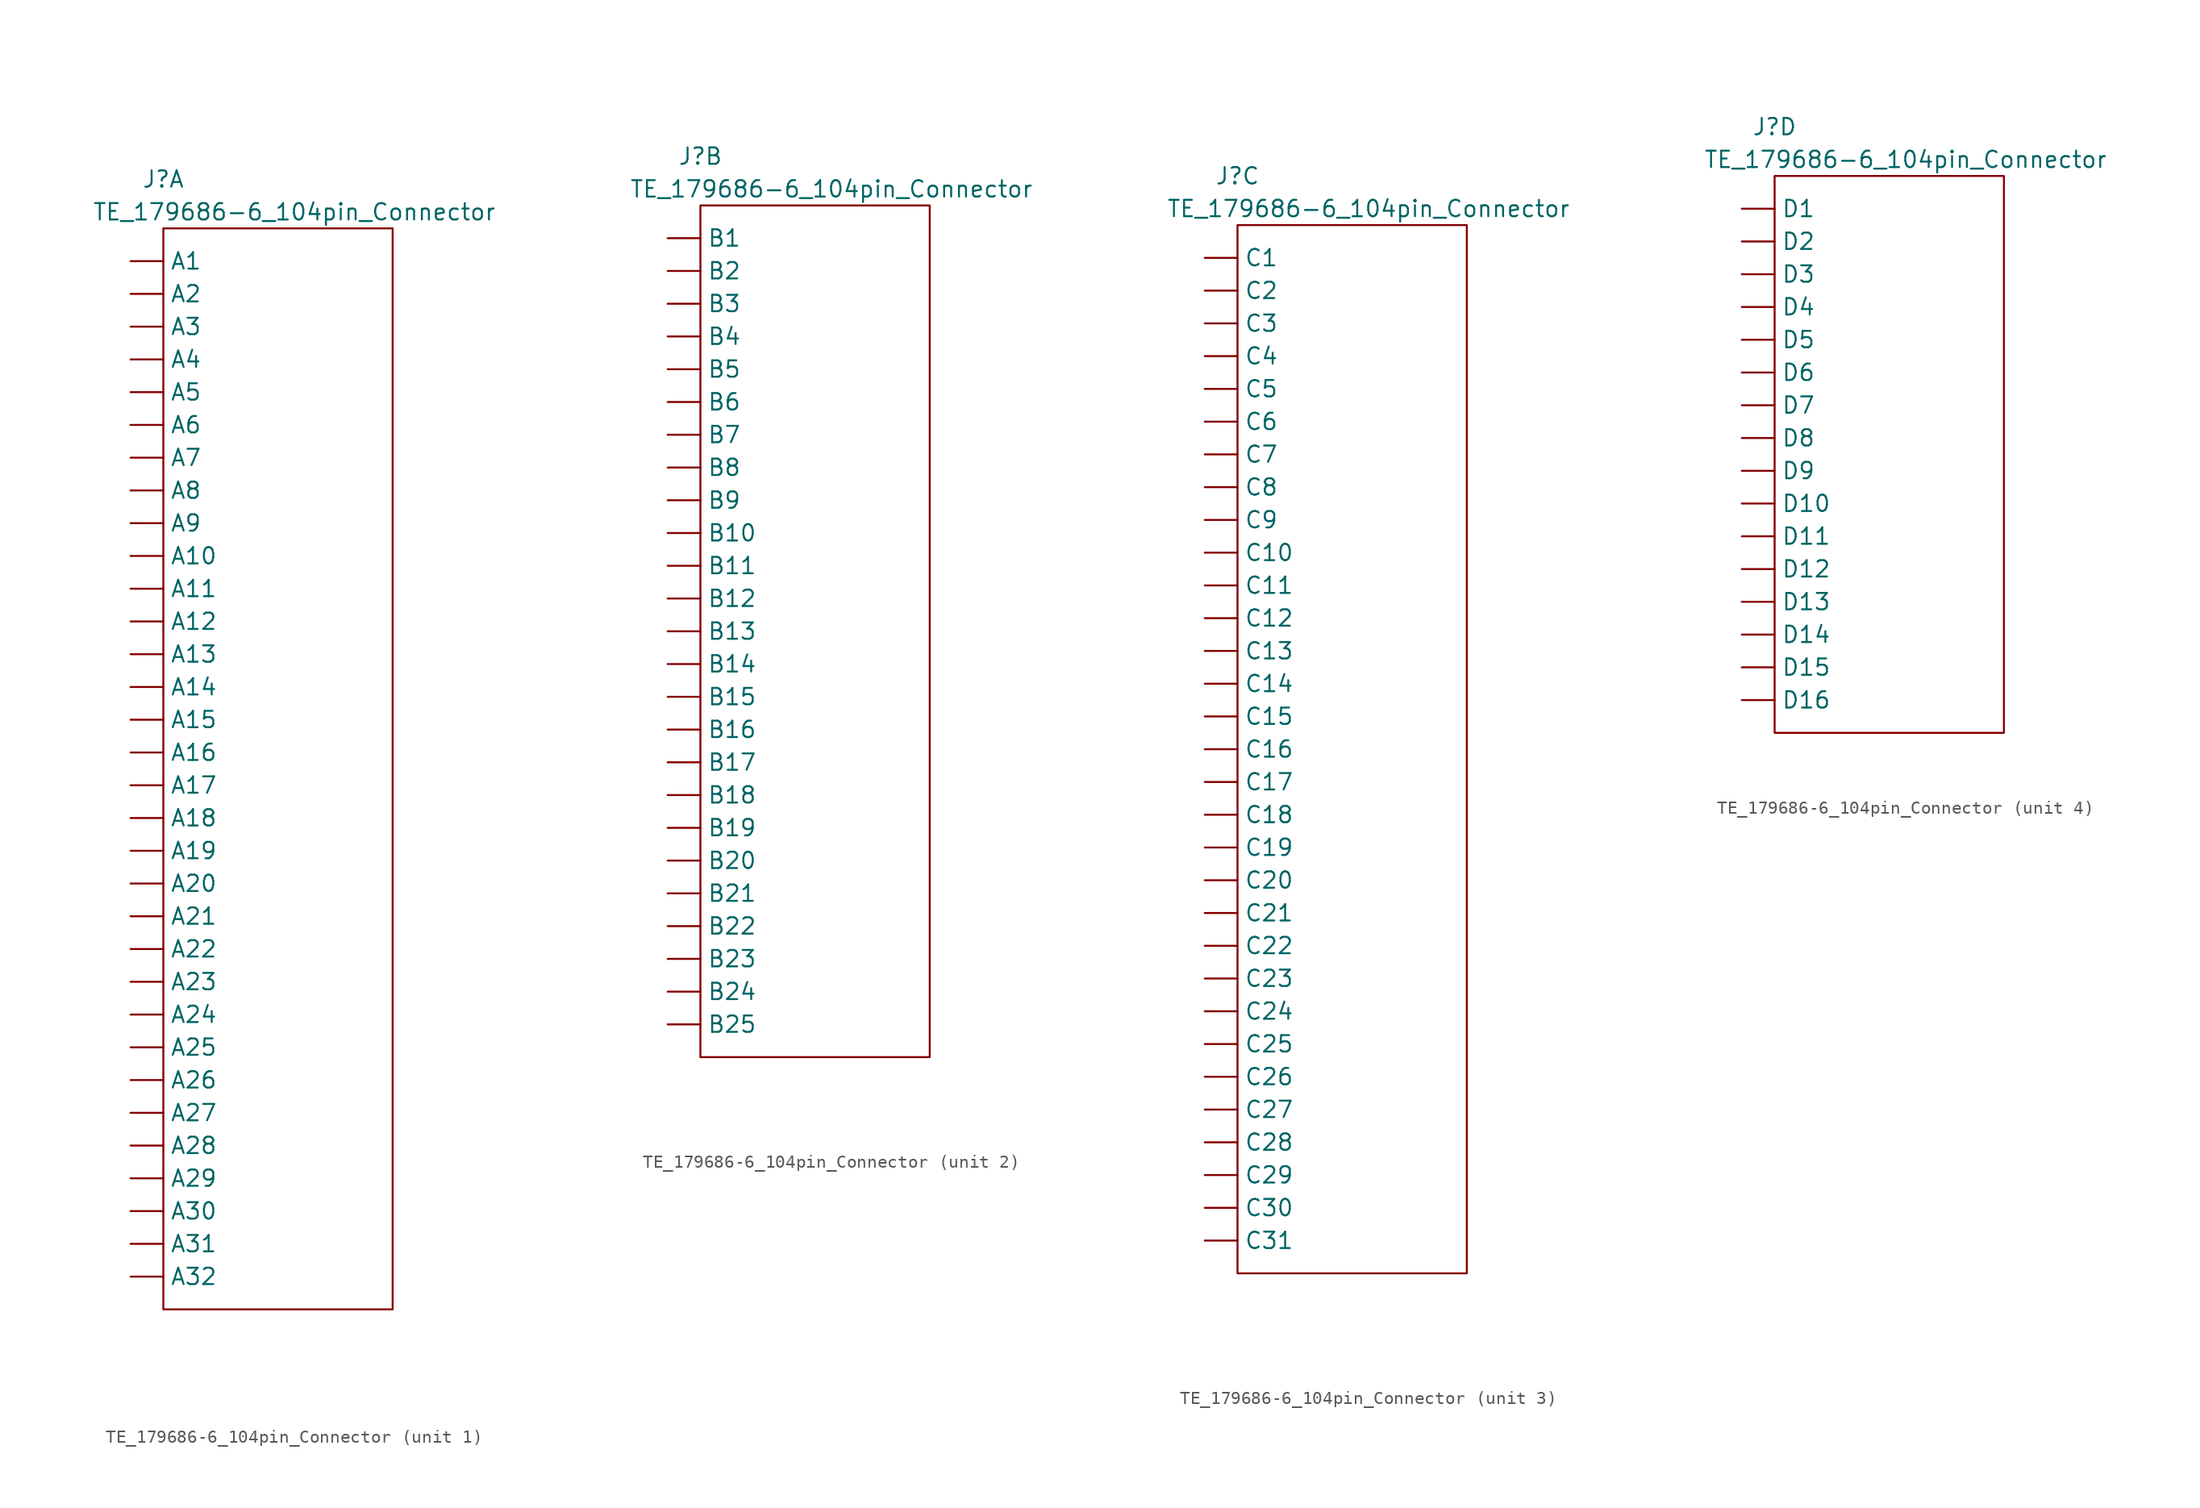
<source format=kicad_sym>
(kicad_symbol_lib
  (version 20210619)
  (generator kicad_symbol_editor)
  (symbol "TE_179686-6_104pin_Connector:TE_179686-6_104pin_Connector"
    (pin_numbers hide)
    (property "Reference" "J"
      (at 0 3.81 0)
      (effects (font (size 1.27 1.27))))
    (property "Value" "TE_179686-6_104pin_Connector"
      (at 10.16 1.27 0)
      (effects (font (size 1.27 1.27))))
    (property "ki_locked" ""
      (at 0 0 0)
      (effects (font (size 1.27 1.27))))
    (symbol "TE_179686-6_104pin_Connector_1_1"
      (rectangle (start 0 0) (end 17.78 -83.82) (stroke (width 0.152)) (fill (type none)))
      (pin passive line (at -2.54 -2.54 0) (length 2.54) (name "A1" (effects (font (size 1.27 1.27)))) (number "A1" (effects (font (size 1.27 1.27)))))
      (pin passive line (at -2.54 -25.4 0) (length 2.54) (name "A10" (effects (font (size 1.27 1.27)))) (number "A10" (effects (font (size 1.27 1.27)))))
      (pin passive line (at -2.54 -27.94 0) (length 2.54) (name "A11" (effects (font (size 1.27 1.27)))) (number "A11" (effects (font (size 1.27 1.27)))))
      (pin passive line (at -2.54 -30.48 0) (length 2.54) (name "A12" (effects (font (size 1.27 1.27)))) (number "A12" (effects (font (size 1.27 1.27)))))
      (pin passive line (at -2.54 -33.02 0) (length 2.54) (name "A13" (effects (font (size 1.27 1.27)))) (number "A13" (effects (font (size 1.27 1.27)))))
      (pin passive line (at -2.54 -35.56 0) (length 2.54) (name "A14" (effects (font (size 1.27 1.27)))) (number "A14" (effects (font (size 1.27 1.27)))))
      (pin passive line (at -2.54 -38.1 0) (length 2.54) (name "A15" (effects (font (size 1.27 1.27)))) (number "A15" (effects (font (size 1.27 1.27)))))
      (pin passive line (at -2.54 -40.64 0) (length 2.54) (name "A16" (effects (font (size 1.27 1.27)))) (number "A16" (effects (font (size 1.27 1.27)))))
      (pin passive line (at -2.54 -43.18 0) (length 2.54) (name "A17" (effects (font (size 1.27 1.27)))) (number "A17" (effects (font (size 1.27 1.27)))))
      (pin passive line (at -2.54 -45.72 0) (length 2.54) (name "A18" (effects (font (size 1.27 1.27)))) (number "A18" (effects (font (size 1.27 1.27)))))
      (pin passive line (at -2.54 -48.26 0) (length 2.54) (name "A19" (effects (font (size 1.27 1.27)))) (number "A19" (effects (font (size 1.27 1.27)))))
      (pin passive line (at -2.54 -5.08 0) (length 2.54) (name "A2" (effects (font (size 1.27 1.27)))) (number "A2" (effects (font (size 1.27 1.27)))))
      (pin passive line (at -2.54 -50.8 0) (length 2.54) (name "A20" (effects (font (size 1.27 1.27)))) (number "A20" (effects (font (size 1.27 1.27)))))
      (pin passive line (at -2.54 -53.34 0) (length 2.54) (name "A21" (effects (font (size 1.27 1.27)))) (number "A21" (effects (font (size 1.27 1.27)))))
      (pin passive line (at -2.54 -55.88 0) (length 2.54) (name "A22" (effects (font (size 1.27 1.27)))) (number "A22" (effects (font (size 1.27 1.27)))))
      (pin passive line (at -2.54 -58.42 0) (length 2.54) (name "A23" (effects (font (size 1.27 1.27)))) (number "A23" (effects (font (size 1.27 1.27)))))
      (pin passive line (at -2.54 -60.96 0) (length 2.54) (name "A24" (effects (font (size 1.27 1.27)))) (number "A24" (effects (font (size 1.27 1.27)))))
      (pin passive line (at -2.54 -63.5 0) (length 2.54) (name "A25" (effects (font (size 1.27 1.27)))) (number "A25" (effects (font (size 1.27 1.27)))))
      (pin passive line (at -2.54 -66.04 0) (length 2.54) (name "A26" (effects (font (size 1.27 1.27)))) (number "A26" (effects (font (size 1.27 1.27)))))
      (pin passive line (at -2.54 -68.58 0) (length 2.54) (name "A27" (effects (font (size 1.27 1.27)))) (number "A27" (effects (font (size 1.27 1.27)))))
      (pin passive line (at -2.54 -71.12 0) (length 2.54) (name "A28" (effects (font (size 1.27 1.27)))) (number "A28" (effects (font (size 1.27 1.27)))))
      (pin passive line (at -2.54 -73.66 0) (length 2.54) (name "A29" (effects (font (size 1.27 1.27)))) (number "A29" (effects (font (size 1.27 1.27)))))
      (pin passive line (at -2.54 -7.62 0) (length 2.54) (name "A3" (effects (font (size 1.27 1.27)))) (number "A3" (effects (font (size 1.27 1.27)))))
      (pin passive line (at -2.54 -76.2 0) (length 2.54) (name "A30" (effects (font (size 1.27 1.27)))) (number "A30" (effects (font (size 1.27 1.27)))))
      (pin passive line (at -2.54 -78.74 0) (length 2.54) (name "A31" (effects (font (size 1.27 1.27)))) (number "A31" (effects (font (size 1.27 1.27)))))
      (pin passive line (at -2.54 -81.28 0) (length 2.54) (name "A32" (effects (font (size 1.27 1.27)))) (number "A32" (effects (font (size 1.27 1.27)))))
      (pin passive line (at -2.54 -10.16 0) (length 2.54) (name "A4" (effects (font (size 1.27 1.27)))) (number "A4" (effects (font (size 1.27 1.27)))))
      (pin passive line (at -2.54 -12.7 0) (length 2.54) (name "A5" (effects (font (size 1.27 1.27)))) (number "A5" (effects (font (size 1.27 1.27)))))
      (pin passive line (at -2.54 -15.24 0) (length 2.54) (name "A6" (effects (font (size 1.27 1.27)))) (number "A6" (effects (font (size 1.27 1.27)))))
      (pin passive line (at -2.54 -17.78 0) (length 2.54) (name "A7" (effects (font (size 1.27 1.27)))) (number "A7" (effects (font (size 1.27 1.27)))))
      (pin passive line (at -2.54 -20.32 0) (length 2.54) (name "A8" (effects (font (size 1.27 1.27)))) (number "A8" (effects (font (size 1.27 1.27)))))
      (pin passive line (at -2.54 -22.86 0) (length 2.54) (name "A9" (effects (font (size 1.27 1.27)))) (number "A9" (effects (font (size 1.27 1.27))))))
    (symbol "TE_179686-6_104pin_Connector_2_1"
      (rectangle (start 0 0) (end 17.78 -66.04) (stroke (width 0.152)) (fill (type none)))
      (pin passive line (at -2.54 -2.54 0) (length 2.54) (name "B1" (effects (font (size 1.27 1.27)))) (number "B1" (effects (font (size 1.27 1.27)))))
      (pin passive line (at -2.54 -25.4 0) (length 2.54) (name "B10" (effects (font (size 1.27 1.27)))) (number "B10" (effects (font (size 1.27 1.27)))))
      (pin passive line (at -2.54 -27.94 0) (length 2.54) (name "B11" (effects (font (size 1.27 1.27)))) (number "B11" (effects (font (size 1.27 1.27)))))
      (pin passive line (at -2.54 -30.48 0) (length 2.54) (name "B12" (effects (font (size 1.27 1.27)))) (number "B12" (effects (font (size 1.27 1.27)))))
      (pin passive line (at -2.54 -33.02 0) (length 2.54) (name "B13" (effects (font (size 1.27 1.27)))) (number "B13" (effects (font (size 1.27 1.27)))))
      (pin passive line (at -2.54 -35.56 0) (length 2.54) (name "B14" (effects (font (size 1.27 1.27)))) (number "B14" (effects (font (size 1.27 1.27)))))
      (pin passive line (at -2.54 -38.1 0) (length 2.54) (name "B15" (effects (font (size 1.27 1.27)))) (number "B15" (effects (font (size 1.27 1.27)))))
      (pin passive line (at -2.54 -40.64 0) (length 2.54) (name "B16" (effects (font (size 1.27 1.27)))) (number "B16" (effects (font (size 1.27 1.27)))))
      (pin passive line (at -2.54 -43.18 0) (length 2.54) (name "B17" (effects (font (size 1.27 1.27)))) (number "B17" (effects (font (size 1.27 1.27)))))
      (pin passive line (at -2.54 -45.72 0) (length 2.54) (name "B18" (effects (font (size 1.27 1.27)))) (number "B18" (effects (font (size 1.27 1.27)))))
      (pin passive line (at -2.54 -48.26 0) (length 2.54) (name "B19" (effects (font (size 1.27 1.27)))) (number "B19" (effects (font (size 1.27 1.27)))))
      (pin passive line (at -2.54 -5.08 0) (length 2.54) (name "B2" (effects (font (size 1.27 1.27)))) (number "B2" (effects (font (size 1.27 1.27)))))
      (pin passive line (at -2.54 -50.8 0) (length 2.54) (name "B20" (effects (font (size 1.27 1.27)))) (number "B20" (effects (font (size 1.27 1.27)))))
      (pin passive line (at -2.54 -53.34 0) (length 2.54) (name "B21" (effects (font (size 1.27 1.27)))) (number "B21" (effects (font (size 1.27 1.27)))))
      (pin passive line (at -2.54 -55.88 0) (length 2.54) (name "B22" (effects (font (size 1.27 1.27)))) (number "B22" (effects (font (size 1.27 1.27)))))
      (pin passive line (at -2.54 -58.42 0) (length 2.54) (name "B23" (effects (font (size 1.27 1.27)))) (number "B23" (effects (font (size 1.27 1.27)))))
      (pin passive line (at -2.54 -60.96 0) (length 2.54) (name "B24" (effects (font (size 1.27 1.27)))) (number "B24" (effects (font (size 1.27 1.27)))))
      (pin passive line (at -2.54 -63.5 0) (length 2.54) (name "B25" (effects (font (size 1.27 1.27)))) (number "B25" (effects (font (size 1.27 1.27)))))
      (pin passive line (at -2.54 -7.62 0) (length 2.54) (name "B3" (effects (font (size 1.27 1.27)))) (number "B3" (effects (font (size 1.27 1.27)))))
      (pin passive line (at -2.54 -10.16 0) (length 2.54) (name "B4" (effects (font (size 1.27 1.27)))) (number "B4" (effects (font (size 1.27 1.27)))))
      (pin passive line (at -2.54 -12.7 0) (length 2.54) (name "B5" (effects (font (size 1.27 1.27)))) (number "B5" (effects (font (size 1.27 1.27)))))
      (pin passive line (at -2.54 -15.24 0) (length 2.54) (name "B6" (effects (font (size 1.27 1.27)))) (number "B6" (effects (font (size 1.27 1.27)))))
      (pin passive line (at -2.54 -17.78 0) (length 2.54) (name "B7" (effects (font (size 1.27 1.27)))) (number "B7" (effects (font (size 1.27 1.27)))))
      (pin passive line (at -2.54 -20.32 0) (length 2.54) (name "B8" (effects (font (size 1.27 1.27)))) (number "B8" (effects (font (size 1.27 1.27)))))
      (pin passive line (at -2.54 -22.86 0) (length 2.54) (name "B9" (effects (font (size 1.27 1.27)))) (number "B9" (effects (font (size 1.27 1.27))))))
    (symbol "TE_179686-6_104pin_Connector_3_1"
      (rectangle (start 0 0) (end 17.78 -81.28) (stroke (width 0.152)) (fill (type none)))
      (pin passive line (at -2.54 -2.54 0) (length 2.54) (name "C1" (effects (font (size 1.27 1.27)))) (number "C1" (effects (font (size 1.27 1.27)))))
      (pin passive line (at -2.54 -25.4 0) (length 2.54) (name "C10" (effects (font (size 1.27 1.27)))) (number "C10" (effects (font (size 1.27 1.27)))))
      (pin passive line (at -2.54 -27.94 0) (length 2.54) (name "C11" (effects (font (size 1.27 1.27)))) (number "C11" (effects (font (size 1.27 1.27)))))
      (pin passive line (at -2.54 -30.48 0) (length 2.54) (name "C12" (effects (font (size 1.27 1.27)))) (number "C12" (effects (font (size 1.27 1.27)))))
      (pin passive line (at -2.54 -33.02 0) (length 2.54) (name "C13" (effects (font (size 1.27 1.27)))) (number "C13" (effects (font (size 1.27 1.27)))))
      (pin passive line (at -2.54 -35.56 0) (length 2.54) (name "C14" (effects (font (size 1.27 1.27)))) (number "C14" (effects (font (size 1.27 1.27)))))
      (pin passive line (at -2.54 -38.1 0) (length 2.54) (name "C15" (effects (font (size 1.27 1.27)))) (number "C15" (effects (font (size 1.27 1.27)))))
      (pin passive line (at -2.54 -40.64 0) (length 2.54) (name "C16" (effects (font (size 1.27 1.27)))) (number "C16" (effects (font (size 1.27 1.27)))))
      (pin passive line (at -2.54 -43.18 0) (length 2.54) (name "C17" (effects (font (size 1.27 1.27)))) (number "C17" (effects (font (size 1.27 1.27)))))
      (pin passive line (at -2.54 -45.72 0) (length 2.54) (name "C18" (effects (font (size 1.27 1.27)))) (number "C18" (effects (font (size 1.27 1.27)))))
      (pin passive line (at -2.54 -48.26 0) (length 2.54) (name "C19" (effects (font (size 1.27 1.27)))) (number "C19" (effects (font (size 1.27 1.27)))))
      (pin passive line (at -2.54 -5.08 0) (length 2.54) (name "C2" (effects (font (size 1.27 1.27)))) (number "C2" (effects (font (size 1.27 1.27)))))
      (pin passive line (at -2.54 -50.8 0) (length 2.54) (name "C20" (effects (font (size 1.27 1.27)))) (number "C20" (effects (font (size 1.27 1.27)))))
      (pin passive line (at -2.54 -53.34 0) (length 2.54) (name "C21" (effects (font (size 1.27 1.27)))) (number "C21" (effects (font (size 1.27 1.27)))))
      (pin passive line (at -2.54 -55.88 0) (length 2.54) (name "C22" (effects (font (size 1.27 1.27)))) (number "C22" (effects (font (size 1.27 1.27)))))
      (pin passive line (at -2.54 -58.42 0) (length 2.54) (name "C23" (effects (font (size 1.27 1.27)))) (number "C23" (effects (font (size 1.27 1.27)))))
      (pin passive line (at -2.54 -60.96 0) (length 2.54) (name "C24" (effects (font (size 1.27 1.27)))) (number "C24" (effects (font (size 1.27 1.27)))))
      (pin passive line (at -2.54 -63.5 0) (length 2.54) (name "C25" (effects (font (size 1.27 1.27)))) (number "C25" (effects (font (size 1.27 1.27)))))
      (pin passive line (at -2.54 -66.04 0) (length 2.54) (name "C26" (effects (font (size 1.27 1.27)))) (number "C26" (effects (font (size 1.27 1.27)))))
      (pin passive line (at -2.54 -68.58 0) (length 2.54) (name "C27" (effects (font (size 1.27 1.27)))) (number "C27" (effects (font (size 1.27 1.27)))))
      (pin passive line (at -2.54 -71.12 0) (length 2.54) (name "C28" (effects (font (size 1.27 1.27)))) (number "C28" (effects (font (size 1.27 1.27)))))
      (pin passive line (at -2.54 -73.66 0) (length 2.54) (name "C29" (effects (font (size 1.27 1.27)))) (number "C29" (effects (font (size 1.27 1.27)))))
      (pin passive line (at -2.54 -7.62 0) (length 2.54) (name "C3" (effects (font (size 1.27 1.27)))) (number "C3" (effects (font (size 1.27 1.27)))))
      (pin passive line (at -2.54 -76.2 0) (length 2.54) (name "C30" (effects (font (size 1.27 1.27)))) (number "C30" (effects (font (size 1.27 1.27)))))
      (pin passive line (at -2.54 -78.74 0) (length 2.54) (name "C31" (effects (font (size 1.27 1.27)))) (number "C31" (effects (font (size 1.27 1.27)))))
      (pin passive line (at -2.54 -10.16 0) (length 2.54) (name "C4" (effects (font (size 1.27 1.27)))) (number "C4" (effects (font (size 1.27 1.27)))))
      (pin passive line (at -2.54 -12.7 0) (length 2.54) (name "C5" (effects (font (size 1.27 1.27)))) (number "C5" (effects (font (size 1.27 1.27)))))
      (pin passive line (at -2.54 -15.24 0) (length 2.54) (name "C6" (effects (font (size 1.27 1.27)))) (number "C6" (effects (font (size 1.27 1.27)))))
      (pin passive line (at -2.54 -17.78 0) (length 2.54) (name "C7" (effects (font (size 1.27 1.27)))) (number "C7" (effects (font (size 1.27 1.27)))))
      (pin passive line (at -2.54 -20.32 0) (length 2.54) (name "C8" (effects (font (size 1.27 1.27)))) (number "C8" (effects (font (size 1.27 1.27)))))
      (pin passive line (at -2.54 -22.86 0) (length 2.54) (name "C9" (effects (font (size 1.27 1.27)))) (number "C9" (effects (font (size 1.27 1.27))))))
    (symbol "TE_179686-6_104pin_Connector_4_1"
      (rectangle (start 0 0) (end 17.78 -43.18) (stroke (width 0.152)) (fill (type none)))
      (pin passive line (at -2.54 -2.54 0) (length 2.54) (name "D1" (effects (font (size 1.27 1.27)))) (number "D1" (effects (font (size 1.27 1.27)))))
      (pin passive line (at -2.54 -25.4 0) (length 2.54) (name "D10" (effects (font (size 1.27 1.27)))) (number "D10" (effects (font (size 1.27 1.27)))))
      (pin passive line (at -2.54 -27.94 0) (length 2.54) (name "D11" (effects (font (size 1.27 1.27)))) (number "D11" (effects (font (size 1.27 1.27)))))
      (pin passive line (at -2.54 -30.48 0) (length 2.54) (name "D12" (effects (font (size 1.27 1.27)))) (number "D12" (effects (font (size 1.27 1.27)))))
      (pin passive line (at -2.54 -33.02 0) (length 2.54) (name "D13" (effects (font (size 1.27 1.27)))) (number "D13" (effects (font (size 1.27 1.27)))))
      (pin passive line (at -2.54 -35.56 0) (length 2.54) (name "D14" (effects (font (size 1.27 1.27)))) (number "D14" (effects (font (size 1.27 1.27)))))
      (pin passive line (at -2.54 -38.1 0) (length 2.54) (name "D15" (effects (font (size 1.27 1.27)))) (number "D15" (effects (font (size 1.27 1.27)))))
      (pin passive line (at -2.54 -40.64 0) (length 2.54) (name "D16" (effects (font (size 1.27 1.27)))) (number "D16" (effects (font (size 1.27 1.27)))))
      (pin passive line (at -2.54 -5.08 0) (length 2.54) (name "D2" (effects (font (size 1.27 1.27)))) (number "D2" (effects (font (size 1.27 1.27)))))
      (pin passive line (at -2.54 -7.62 0) (length 2.54) (name "D3" (effects (font (size 1.27 1.27)))) (number "D3" (effects (font (size 1.27 1.27)))))
      (pin passive line (at -2.54 -10.16 0) (length 2.54) (name "D4" (effects (font (size 1.27 1.27)))) (number "D4" (effects (font (size 1.27 1.27)))))
      (pin passive line (at -2.54 -12.7 0) (length 2.54) (name "D5" (effects (font (size 1.27 1.27)))) (number "D5" (effects (font (size 1.27 1.27)))))
      (pin passive line (at -2.54 -15.24 0) (length 2.54) (name "D6" (effects (font (size 1.27 1.27)))) (number "D6" (effects (font (size 1.27 1.27)))))
      (pin passive line (at -2.54 -17.78 0) (length 2.54) (name "D7" (effects (font (size 1.27 1.27)))) (number "D7" (effects (font (size 1.27 1.27)))))
      (pin passive line (at -2.54 -20.32 0) (length 2.54) (name "D8" (effects (font (size 1.27 1.27)))) (number "D8" (effects (font (size 1.27 1.27)))))
      (pin passive line (at -2.54 -22.86 0) (length 2.54) (name "D9" (effects (font (size 1.27 1.27)))) (number "D9" (effects (font (size 1.27 1.27))))))))
</source>
